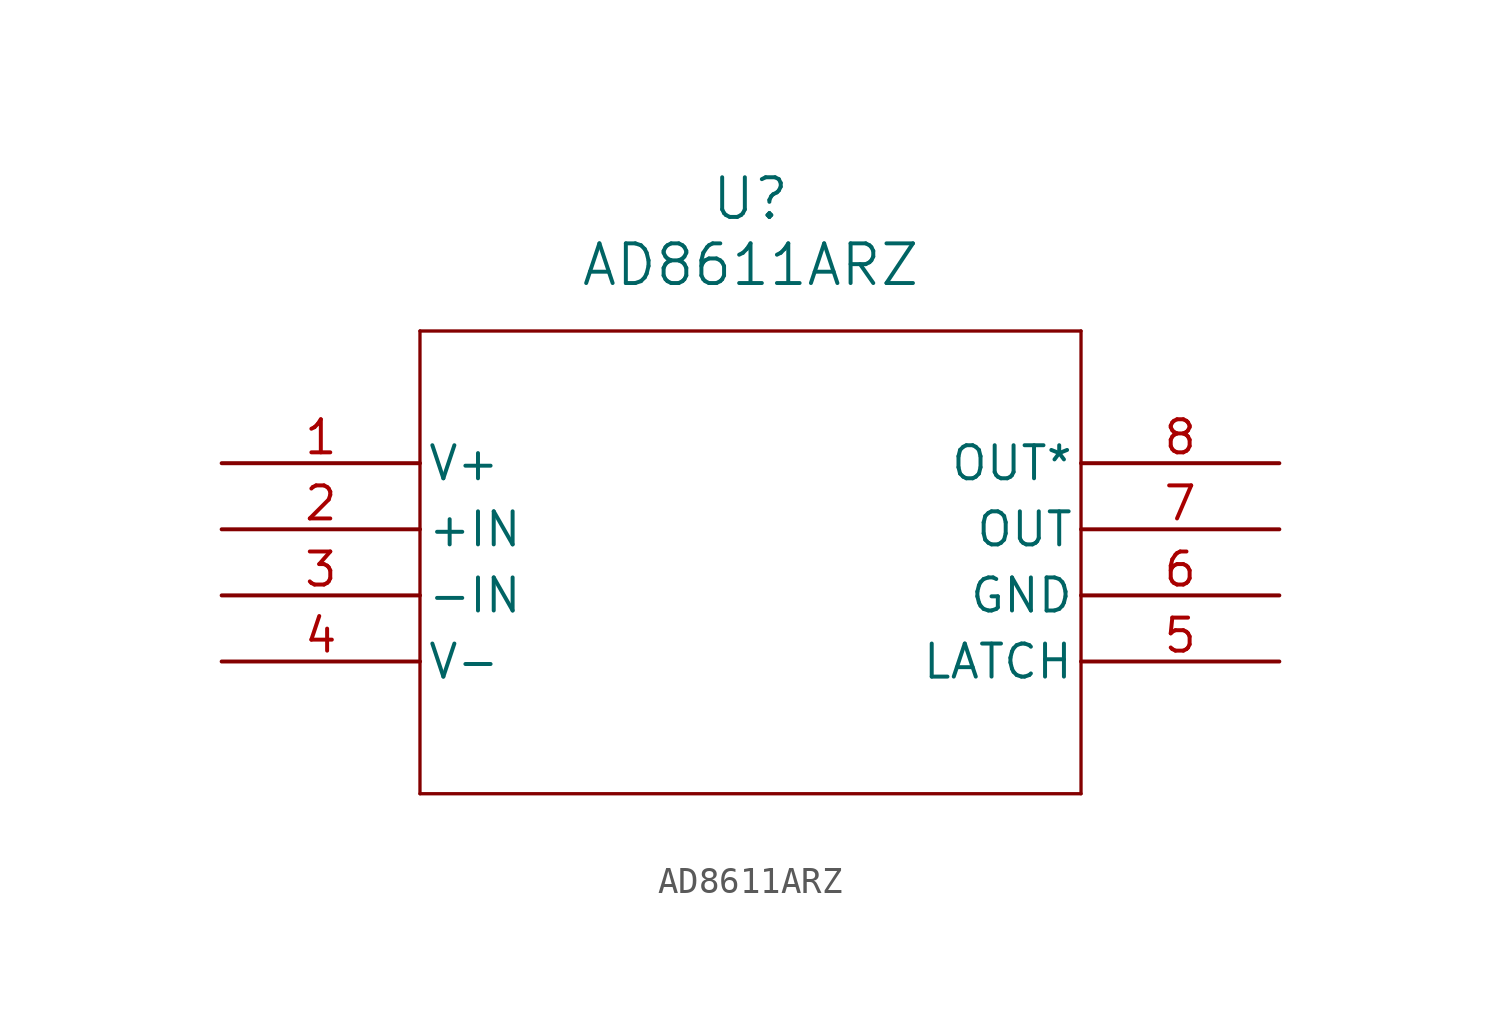
<source format=kicad_sym>
(kicad_symbol_lib
  (version 20211014)
  (generator kicad_symbol_editor)
  (symbol "AD8611ARZ"
    (pin_names
      (offset 0.254))
    (property "Reference" "U"
      (at 20.32 10.16 0)
      (effects (font (size 1.524 1.524))))
    (property "Value" "AD8611ARZ"
      (at 20.32 7.62 0)
      (effects (font (size 1.524 1.524))))
    (symbol "AD8611ARZ_0_1"
      (polyline (pts (xy 7.62 5.08) (xy 7.62 -12.7)) (stroke (width 0.127) (type default) (color 0 0 0 0)) (fill (type none)))
      (polyline (pts (xy 7.62 -12.7) (xy 33.02 -12.7)) (stroke (width 0.127) (type default) (color 0 0 0 0)) (fill (type none)))
      (polyline (pts (xy 33.02 -12.7) (xy 33.02 5.08)) (stroke (width 0.127) (type default) (color 0 0 0 0)) (fill (type none)))
      (polyline (pts (xy 33.02 5.08) (xy 7.62 5.08)) (stroke (width 0.127) (type default) (color 0 0 0 0)) (fill (type none)))
      (pin power_in line (at 0 0 0) (length 7.62) (name "V+" (effects (font (size 1.27 1.27)))) (number "1" (effects (font (size 1.27 1.27)))))
      (pin unspecified line (at 0 -2.54 0) (length 7.62) (name "+IN" (effects (font (size 1.27 1.27)))) (number "2" (effects (font (size 1.27 1.27)))))
      (pin unspecified line (at 0 -5.08 0) (length 7.62) (name "-IN" (effects (font (size 1.27 1.27)))) (number "3" (effects (font (size 1.27 1.27)))))
      (pin power_in line (at 0 -7.62 0) (length 7.62) (name "V-" (effects (font (size 1.27 1.27)))) (number "4" (effects (font (size 1.27 1.27)))))
      (pin unspecified line (at 40.64 -7.62 180) (length 7.62) (name "LATCH" (effects (font (size 1.27 1.27)))) (number "5" (effects (font (size 1.27 1.27)))))
      (pin unspecified line (at 40.64 -5.08 180) (length 7.62) (name "GND" (effects (font (size 1.27 1.27)))) (number "6" (effects (font (size 1.27 1.27)))))
      (pin unspecified line (at 40.64 -2.54 180) (length 7.62) (name "OUT" (effects (font (size 1.27 1.27)))) (number "7" (effects (font (size 1.27 1.27)))))
      (pin unspecified line (at 40.64 0 180) (length 7.62) (name "OUT*" (effects (font (size 1.27 1.27)))) (number "8" (effects (font (size 1.27 1.27))))))))
</source>
